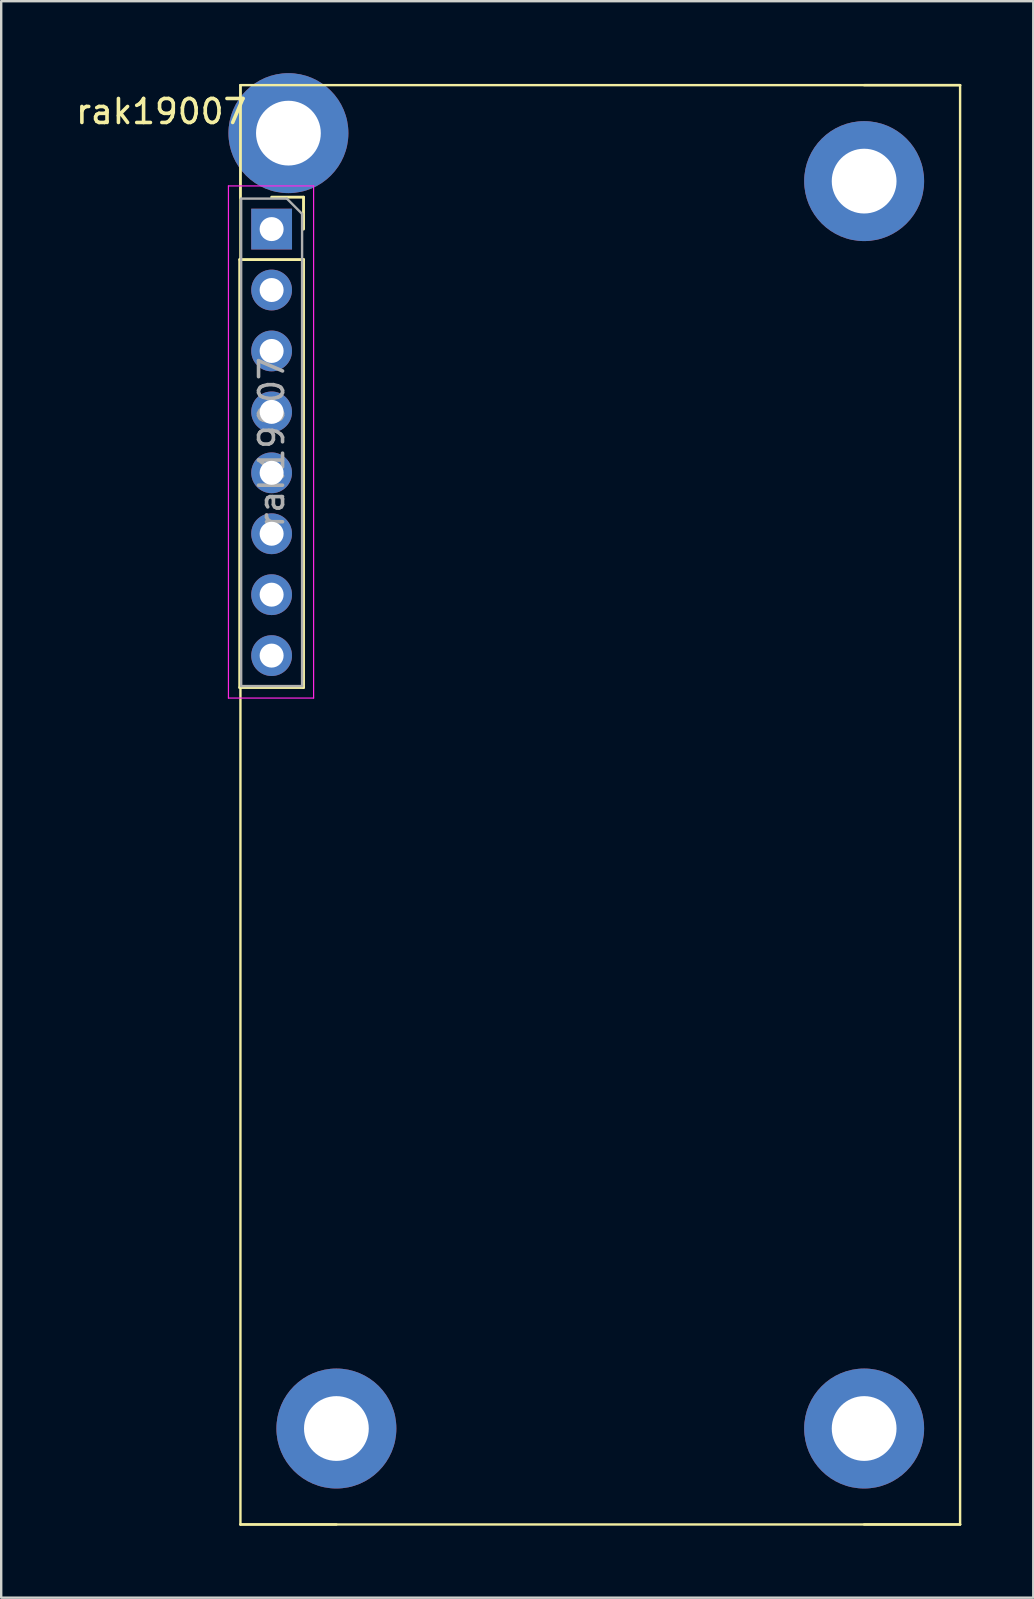
<source format=kicad_pcb>
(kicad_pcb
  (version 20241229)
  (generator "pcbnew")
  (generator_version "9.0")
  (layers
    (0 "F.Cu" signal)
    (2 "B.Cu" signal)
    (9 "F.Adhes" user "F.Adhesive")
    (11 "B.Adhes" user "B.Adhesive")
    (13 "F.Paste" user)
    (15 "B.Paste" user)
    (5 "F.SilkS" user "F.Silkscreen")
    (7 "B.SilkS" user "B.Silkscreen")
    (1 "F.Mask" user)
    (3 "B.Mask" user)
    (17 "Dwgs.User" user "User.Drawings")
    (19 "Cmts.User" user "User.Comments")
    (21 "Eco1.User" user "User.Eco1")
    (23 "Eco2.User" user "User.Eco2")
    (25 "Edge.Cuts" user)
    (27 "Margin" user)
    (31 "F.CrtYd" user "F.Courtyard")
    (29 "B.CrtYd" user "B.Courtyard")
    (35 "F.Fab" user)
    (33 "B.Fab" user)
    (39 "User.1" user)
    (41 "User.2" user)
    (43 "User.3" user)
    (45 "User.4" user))
  (footprint "rak19007"
    (layer "F.Cu")
    (at 8.273 6.5)
    (property "Reference" "rak19007" (at -4.6 -4.9 0) (layer "F.SilkS") (effects (font (size 1 1) (thickness 0.15))))
    (attr through_hole)
    (fp_line (start -1.33 1.27) (end -1.33 19.11) (stroke (width 0.12) (type solid)) (layer "F.SilkS"))
    (fp_line (start -1.33 1.27) (end 1.33 1.27) (stroke (width 0.12) (type solid)) (layer "F.SilkS"))
    (fp_line (start -1.33 19.11) (end 1.33 19.11) (stroke (width 0.12) (type solid)) (layer "F.SilkS"))
    (fp_line (start -1.3 -6) (end -1.3 54) (stroke (width 0.1) (type default)) (layer "F.SilkS"))
    (fp_line (start -1.3 -6) (end 28.7 -6) (stroke (width 0.1) (type default)) (layer "F.SilkS"))
    (fp_line (start -1.3 -1.3) (end -1.3 -6) (stroke (width 0.1) (type default)) (layer "F.SilkS"))
    (fp_line (start -1.3 54) (end 2.7 54) (stroke (width 0.1) (type default)) (layer "F.SilkS"))
    (fp_line (start -1.3 54) (end 28.7 54) (stroke (width 0.1) (type default)) (layer "F.SilkS"))
    (fp_line (start 0 -1.33) (end 1.33 -1.33) (stroke (width 0.12) (type solid)) (layer "F.SilkS"))
    (fp_line (start 1.33 -1.33) (end 1.33 0) (stroke (width 0.12) (type solid)) (layer "F.SilkS"))
    (fp_line (start 1.33 1.27) (end 1.33 19.11) (stroke (width 0.12) (type solid)) (layer "F.SilkS"))
    (fp_line (start 28.7 -6) (end 24.7 -6) (stroke (width 0.1) (type default)) (layer "F.SilkS"))
    (fp_line (start 28.7 -6) (end 28.7 54) (stroke (width 0.1) (type default)) (layer "F.SilkS"))
    (fp_line (start 28.7 54) (end 24.7 54) (stroke (width 0.1) (type default)) (layer "F.SilkS"))
    (fp_line (start -1.8 -1.8) (end 1.75 -1.8) (stroke (width 0.05) (type solid)) (layer "F.CrtYd"))
    (fp_line (start -1.8 19.55) (end -1.8 -1.8) (stroke (width 0.05) (type solid)) (layer "F.CrtYd"))
    (fp_line (start 1.75 -1.8) (end 1.75 19.55) (stroke (width 0.05) (type solid)) (layer "F.CrtYd"))
    (fp_line (start 1.75 19.55) (end -1.8 19.55) (stroke (width 0.05) (type solid)) (layer "F.CrtYd"))
    (fp_line (start -1.27 -1.27) (end 0.635 -1.27) (stroke (width 0.1) (type solid)) (layer "F.Fab"))
    (fp_line (start -1.27 19.05) (end -1.27 -1.27) (stroke (width 0.1) (type solid)) (layer "F.Fab"))
    (fp_line (start 0.635 -1.27) (end 1.27 -0.635) (stroke (width 0.1) (type solid)) (layer "F.Fab"))
    (fp_line (start 1.27 -0.635) (end 1.27 19.05) (stroke (width 0.1) (type solid)) (layer "F.Fab"))
    (fp_line (start 1.27 19.05) (end -1.27 19.05) (stroke (width 0.1) (type solid)) (layer "F.Fab"))
    (fp_text user "${REFERENCE}" (at 0 8.89 90) (layer "F.Fab") (effects (font (size 1 1) (thickness 0.15))))
    (pad "1" thru_hole rect (at 0 0) (size 1.7 1.7) (drill 1) (layers "*.Cu" "*.Mask"))
    (pad "2" thru_hole oval (at 0 2.54) (size 1.7 1.7) (drill 1) (layers "*.Cu" "*.Mask"))
    (pad "3" thru_hole oval (at 0 5.08) (size 1.7 1.7) (drill 1) (layers "*.Cu" "*.Mask"))
    (pad "4" thru_hole oval (at 0 7.62) (size 1.7 1.7) (drill 1) (layers "*.Cu" "*.Mask"))
    (pad "5" thru_hole oval (at 0 10.16) (size 1.7 1.7) (drill 1) (layers "*.Cu" "*.Mask"))
    (pad "6" thru_hole oval (at 0 12.7) (size 1.7 1.7) (drill 1) (layers "*.Cu" "*.Mask"))
    (pad "7" thru_hole oval (at 0 15.24) (size 1.7 1.7) (drill 1) (layers "*.Cu" "*.Mask"))
    (pad "8" thru_hole oval (at 0 17.78) (size 1.7 1.7) (drill 1) (layers "*.Cu" "*.Mask"))
    (pad "9" thru_hole circle (at 0.7 -4) (size 5 5) (drill 2.7) (layers "*.Cu" "*.Mask"))
    (pad "9" thru_hole circle (at 2.7 50) (size 5 5) (drill 2.7) (layers "*.Cu" "*.Mask"))
    (pad "9" thru_hole circle (at 24.7 -2) (size 5 5) (drill 2.7) (layers "*.Cu" "*.Mask"))
    (pad "9" thru_hole circle (at 24.7 50) (size 5 5) (drill 2.7) (layers "*.Cu" "*.Mask")))
  (gr_rect
    (start -3 -3)
    (end 40.023 63.55)
    (stroke (width 0.1) (type default))
    (fill no)
    (layer "Edge.Cuts")))
</source>
